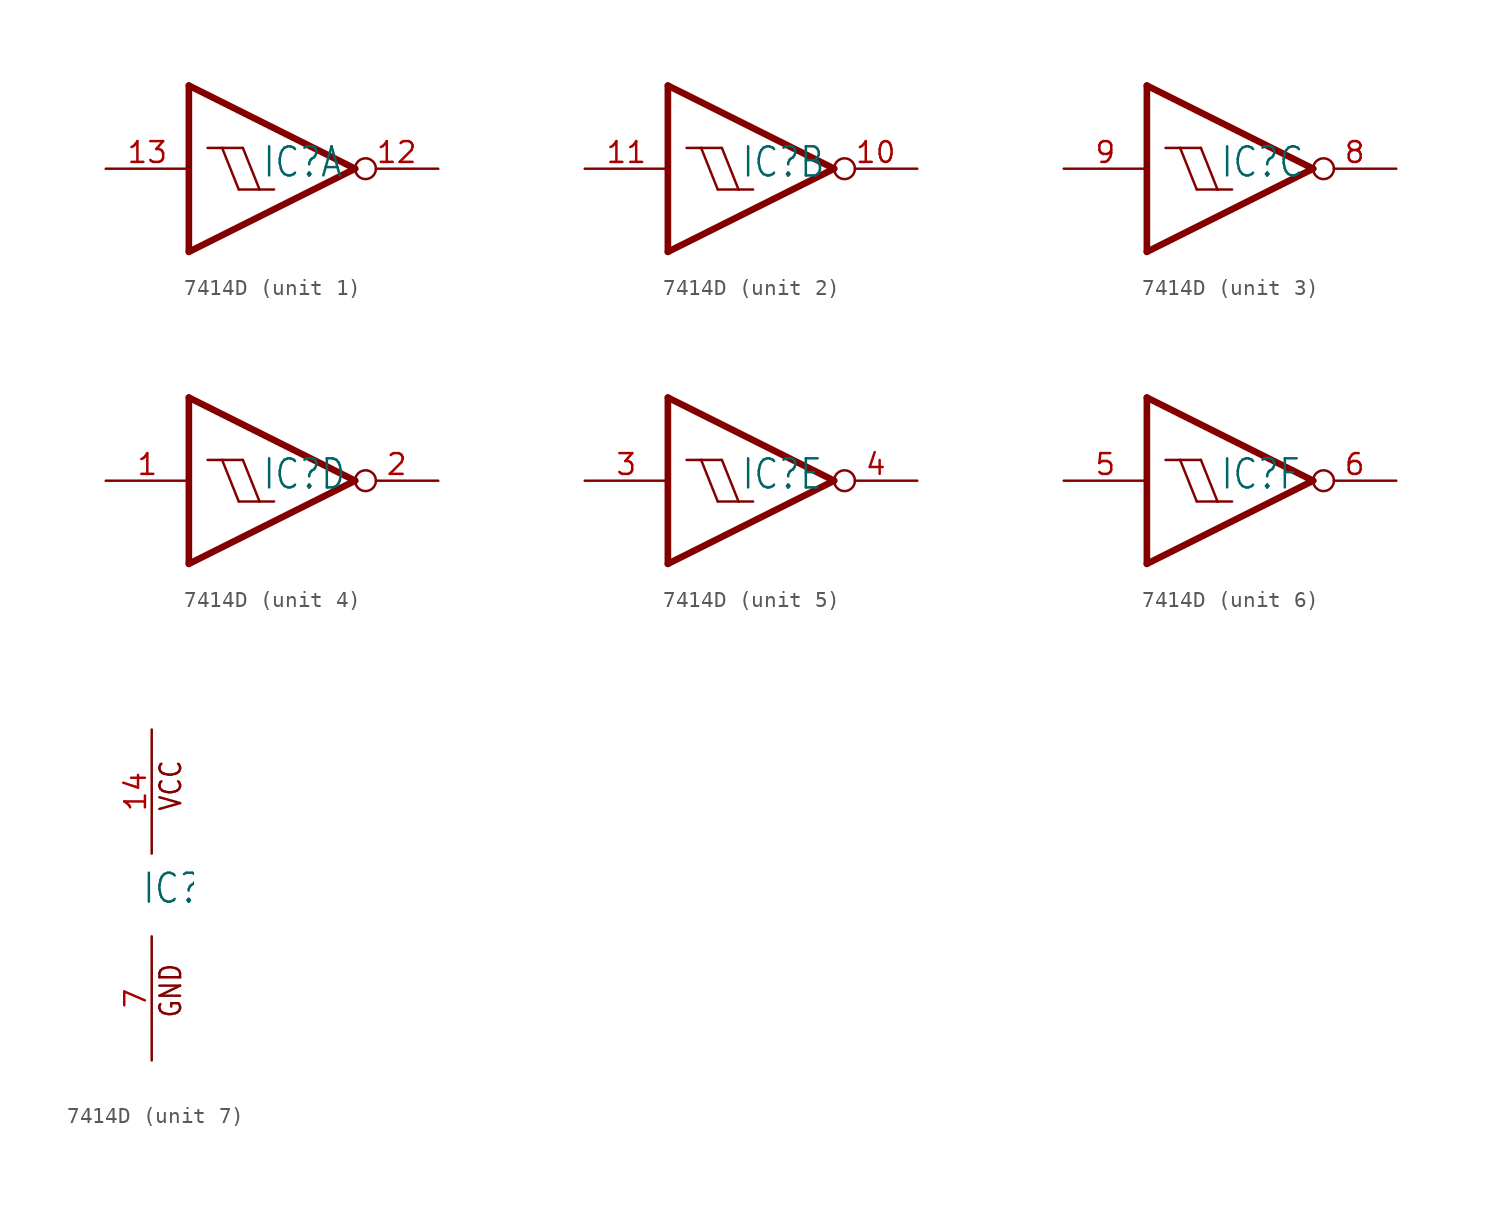
<source format=kicad_sym>
(kicad_symbol_lib
  (version 20231120)
  (generator "kicad_symbol_editor")
  (generator_version "8.0")
  (symbol "7414D"
    (property "Reference" "IC"
      (at -0.635 -0.635 0)
      (effects (font (size 1.778 1.511)) (justify left bottom)))
    (property "ki_locked" ""
      (at 0 0 0)
      (effects (font (size 1.27 1.27))))
    (symbol "7414D_1_0"
      (polyline (pts (xy -5.08 -5.08) (xy -5.08 5.08)) (stroke (width 0.406) (type solid)) (fill (type none)))
      (polyline (pts (xy -5.08 5.08) (xy 5.08 0)) (stroke (width 0.406) (type solid)) (fill (type none)))
      (polyline (pts (xy -3.937 1.27) (xy -3.048 1.27)) (stroke (width 0.152) (type solid)) (fill (type none)))
      (polyline (pts (xy -3.048 1.27) (xy -1.778 1.27)) (stroke (width 0.152) (type solid)) (fill (type none)))
      (polyline (pts (xy -2.032 -1.27) (xy -3.048 1.27)) (stroke (width 0.152) (type solid)) (fill (type none)))
      (polyline (pts (xy -2.032 -1.27) (xy -0.762 -1.27)) (stroke (width 0.152) (type solid)) (fill (type none)))
      (polyline (pts (xy -0.762 -1.27) (xy -1.778 1.27)) (stroke (width 0.152) (type solid)) (fill (type none)))
      (polyline (pts (xy -0.762 -1.27) (xy 0.127 -1.27)) (stroke (width 0.152) (type solid)) (fill (type none)))
      (polyline (pts (xy 5.08 0) (xy -5.08 -5.08)) (stroke (width 0.406) (type solid)) (fill (type none)))
      (pin output inverted (at 10.16 0 180) (length 5.08) (name "O" (effects (font (size 0 0)))) (number "12" (effects (font (size 1.27 1.27)))))
      (pin input line (at -10.16 0 0) (length 5.08) (name "I" (effects (font (size 0 0)))) (number "13" (effects (font (size 1.27 1.27))))))
    (symbol "7414D_2_0"
      (polyline (pts (xy -5.08 -5.08) (xy -5.08 5.08)) (stroke (width 0.406) (type solid)) (fill (type none)))
      (polyline (pts (xy -5.08 5.08) (xy 5.08 0)) (stroke (width 0.406) (type solid)) (fill (type none)))
      (polyline (pts (xy -3.937 1.27) (xy -3.048 1.27)) (stroke (width 0.152) (type solid)) (fill (type none)))
      (polyline (pts (xy -3.048 1.27) (xy -1.778 1.27)) (stroke (width 0.152) (type solid)) (fill (type none)))
      (polyline (pts (xy -2.032 -1.27) (xy -3.048 1.27)) (stroke (width 0.152) (type solid)) (fill (type none)))
      (polyline (pts (xy -2.032 -1.27) (xy -0.762 -1.27)) (stroke (width 0.152) (type solid)) (fill (type none)))
      (polyline (pts (xy -0.762 -1.27) (xy -1.778 1.27)) (stroke (width 0.152) (type solid)) (fill (type none)))
      (polyline (pts (xy -0.762 -1.27) (xy 0.127 -1.27)) (stroke (width 0.152) (type solid)) (fill (type none)))
      (polyline (pts (xy 5.08 0) (xy -5.08 -5.08)) (stroke (width 0.406) (type solid)) (fill (type none)))
      (pin output inverted (at 10.16 0 180) (length 5.08) (name "O" (effects (font (size 0 0)))) (number "10" (effects (font (size 1.27 1.27)))))
      (pin input line (at -10.16 0 0) (length 5.08) (name "I" (effects (font (size 0 0)))) (number "11" (effects (font (size 1.27 1.27))))))
    (symbol "7414D_3_0"
      (polyline (pts (xy -5.08 -5.08) (xy -5.08 5.08)) (stroke (width 0.406) (type solid)) (fill (type none)))
      (polyline (pts (xy -5.08 5.08) (xy 5.08 0)) (stroke (width 0.406) (type solid)) (fill (type none)))
      (polyline (pts (xy -3.937 1.27) (xy -3.048 1.27)) (stroke (width 0.152) (type solid)) (fill (type none)))
      (polyline (pts (xy -3.048 1.27) (xy -1.778 1.27)) (stroke (width 0.152) (type solid)) (fill (type none)))
      (polyline (pts (xy -2.032 -1.27) (xy -3.048 1.27)) (stroke (width 0.152) (type solid)) (fill (type none)))
      (polyline (pts (xy -2.032 -1.27) (xy -0.762 -1.27)) (stroke (width 0.152) (type solid)) (fill (type none)))
      (polyline (pts (xy -0.762 -1.27) (xy -1.778 1.27)) (stroke (width 0.152) (type solid)) (fill (type none)))
      (polyline (pts (xy -0.762 -1.27) (xy 0.127 -1.27)) (stroke (width 0.152) (type solid)) (fill (type none)))
      (polyline (pts (xy 5.08 0) (xy -5.08 -5.08)) (stroke (width 0.406) (type solid)) (fill (type none)))
      (pin output inverted (at 10.16 0 180) (length 5.08) (name "O" (effects (font (size 0 0)))) (number "8" (effects (font (size 1.27 1.27)))))
      (pin input line (at -10.16 0 0) (length 5.08) (name "I" (effects (font (size 0 0)))) (number "9" (effects (font (size 1.27 1.27))))))
    (symbol "7414D_4_0"
      (polyline (pts (xy -5.08 -5.08) (xy -5.08 5.08)) (stroke (width 0.406) (type solid)) (fill (type none)))
      (polyline (pts (xy -5.08 5.08) (xy 5.08 0)) (stroke (width 0.406) (type solid)) (fill (type none)))
      (polyline (pts (xy -3.937 1.27) (xy -3.048 1.27)) (stroke (width 0.152) (type solid)) (fill (type none)))
      (polyline (pts (xy -3.048 1.27) (xy -1.778 1.27)) (stroke (width 0.152) (type solid)) (fill (type none)))
      (polyline (pts (xy -2.032 -1.27) (xy -3.048 1.27)) (stroke (width 0.152) (type solid)) (fill (type none)))
      (polyline (pts (xy -2.032 -1.27) (xy -0.762 -1.27)) (stroke (width 0.152) (type solid)) (fill (type none)))
      (polyline (pts (xy -0.762 -1.27) (xy -1.778 1.27)) (stroke (width 0.152) (type solid)) (fill (type none)))
      (polyline (pts (xy -0.762 -1.27) (xy 0.127 -1.27)) (stroke (width 0.152) (type solid)) (fill (type none)))
      (polyline (pts (xy 5.08 0) (xy -5.08 -5.08)) (stroke (width 0.406) (type solid)) (fill (type none)))
      (pin input line (at -10.16 0 0) (length 5.08) (name "I" (effects (font (size 0 0)))) (number "1" (effects (font (size 1.27 1.27)))))
      (pin output inverted (at 10.16 0 180) (length 5.08) (name "O" (effects (font (size 0 0)))) (number "2" (effects (font (size 1.27 1.27))))))
    (symbol "7414D_5_0"
      (polyline (pts (xy -5.08 -5.08) (xy -5.08 5.08)) (stroke (width 0.406) (type solid)) (fill (type none)))
      (polyline (pts (xy -5.08 5.08) (xy 5.08 0)) (stroke (width 0.406) (type solid)) (fill (type none)))
      (polyline (pts (xy -3.937 1.27) (xy -3.048 1.27)) (stroke (width 0.152) (type solid)) (fill (type none)))
      (polyline (pts (xy -3.048 1.27) (xy -1.778 1.27)) (stroke (width 0.152) (type solid)) (fill (type none)))
      (polyline (pts (xy -2.032 -1.27) (xy -3.048 1.27)) (stroke (width 0.152) (type solid)) (fill (type none)))
      (polyline (pts (xy -2.032 -1.27) (xy -0.762 -1.27)) (stroke (width 0.152) (type solid)) (fill (type none)))
      (polyline (pts (xy -0.762 -1.27) (xy -1.778 1.27)) (stroke (width 0.152) (type solid)) (fill (type none)))
      (polyline (pts (xy -0.762 -1.27) (xy 0.127 -1.27)) (stroke (width 0.152) (type solid)) (fill (type none)))
      (polyline (pts (xy 5.08 0) (xy -5.08 -5.08)) (stroke (width 0.406) (type solid)) (fill (type none)))
      (pin input line (at -10.16 0 0) (length 5.08) (name "I" (effects (font (size 0 0)))) (number "3" (effects (font (size 1.27 1.27)))))
      (pin output inverted (at 10.16 0 180) (length 5.08) (name "O" (effects (font (size 0 0)))) (number "4" (effects (font (size 1.27 1.27))))))
    (symbol "7414D_6_0"
      (polyline (pts (xy -5.08 -5.08) (xy -5.08 5.08)) (stroke (width 0.406) (type solid)) (fill (type none)))
      (polyline (pts (xy -5.08 5.08) (xy 5.08 0)) (stroke (width 0.406) (type solid)) (fill (type none)))
      (polyline (pts (xy -3.937 1.27) (xy -3.048 1.27)) (stroke (width 0.152) (type solid)) (fill (type none)))
      (polyline (pts (xy -3.048 1.27) (xy -1.778 1.27)) (stroke (width 0.152) (type solid)) (fill (type none)))
      (polyline (pts (xy -2.032 -1.27) (xy -3.048 1.27)) (stroke (width 0.152) (type solid)) (fill (type none)))
      (polyline (pts (xy -2.032 -1.27) (xy -0.762 -1.27)) (stroke (width 0.152) (type solid)) (fill (type none)))
      (polyline (pts (xy -0.762 -1.27) (xy -1.778 1.27)) (stroke (width 0.152) (type solid)) (fill (type none)))
      (polyline (pts (xy -0.762 -1.27) (xy 0.127 -1.27)) (stroke (width 0.152) (type solid)) (fill (type none)))
      (polyline (pts (xy 5.08 0) (xy -5.08 -5.08)) (stroke (width 0.406) (type solid)) (fill (type none)))
      (pin input line (at -10.16 0 0) (length 5.08) (name "I" (effects (font (size 0 0)))) (number "5" (effects (font (size 1.27 1.27)))))
      (pin output inverted (at 10.16 0 180) (length 5.08) (name "O" (effects (font (size 0 0)))) (number "6" (effects (font (size 1.27 1.27))))))
    (symbol "7414D_7_0"
      (text "GND" (at 1.905 -7.62 900) (effects (font (size 1.27 1.079)) (justify left bottom)))
      (text "VCC" (at 1.905 5.08 900) (effects (font (size 1.27 1.079)) (justify left bottom)))
      (pin power_in line (at 0 10.16 270) (length 7.62) (name "VCC" (effects (font (size 0 0)))) (number "14" (effects (font (size 1.27 1.27)))))
      (pin power_in line (at 0 -10.16 90) (length 7.62) (name "GND" (effects (font (size 0 0)))) (number "7" (effects (font (size 1.27 1.27))))))))
</source>
